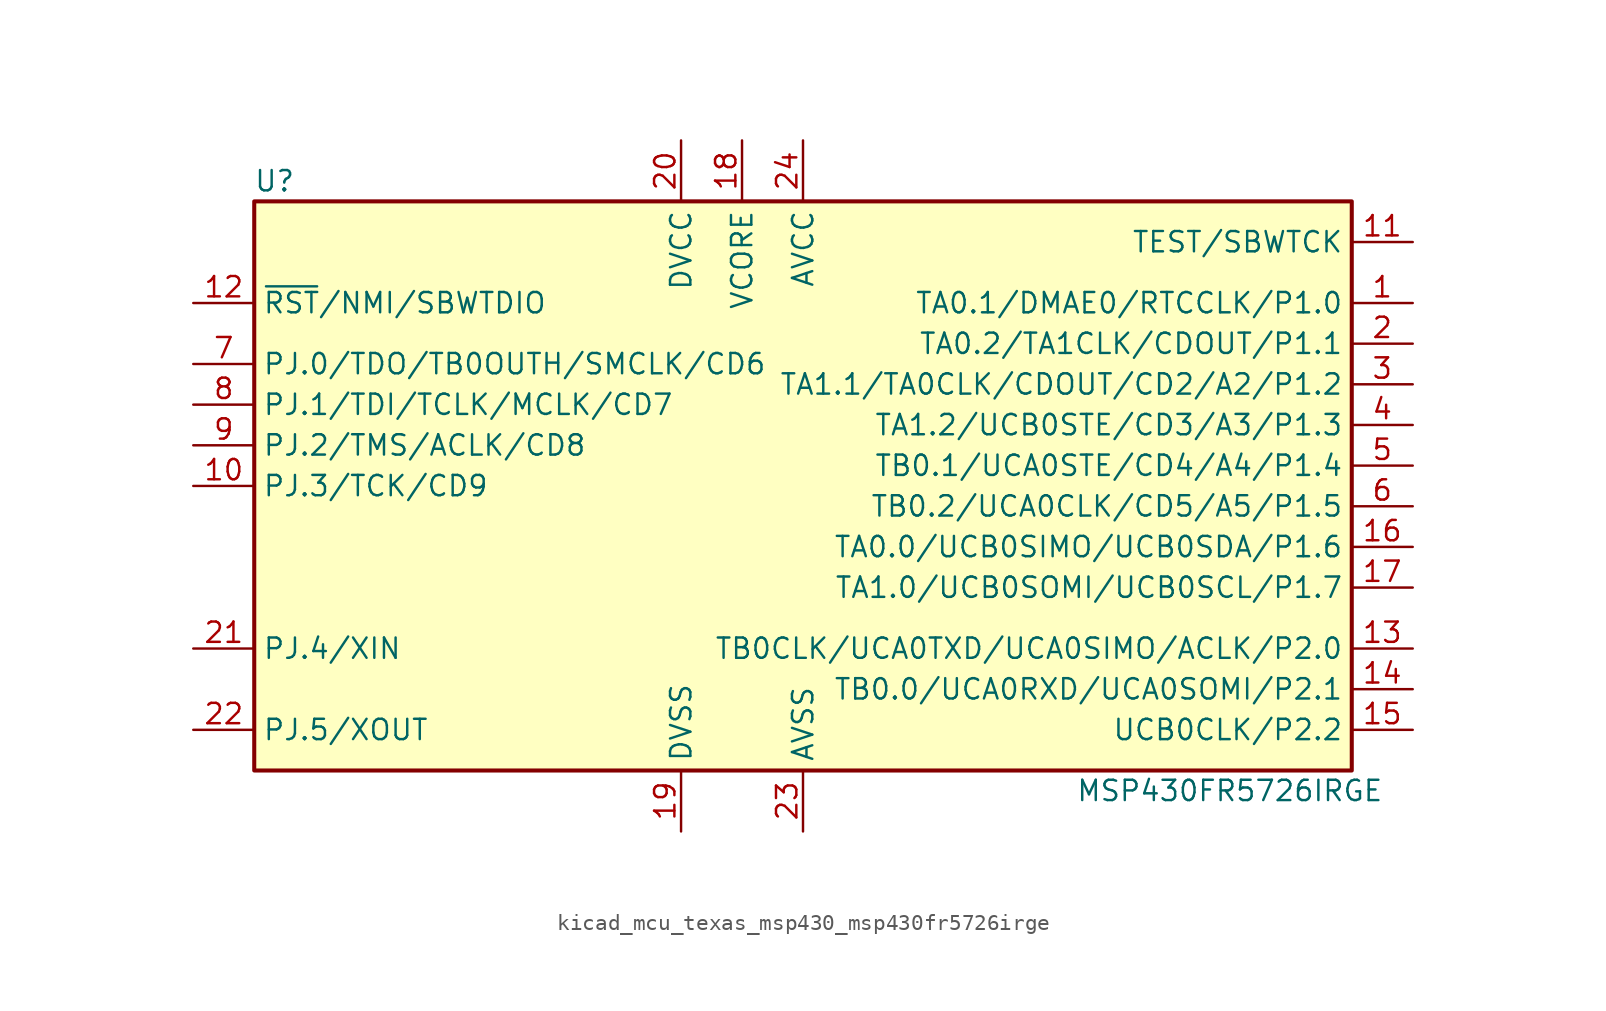
<source format=kicad_sym>
(kicad_symbol_lib
  (version 20220914)
  (generator kicad_symbol_editor)
  (symbol "kicad_mcu_texas_msp430_msp430fr5726irge"
    (property "Reference" "U"
      (at -33.02 19.05 0)
      (effects (font (size 1.27 1.27))))
    (property "Value" "MSP430FR5726IRGE"
      (at 26.67 -19.05 0)
      (effects (font (size 1.27 1.27))))
    (symbol "kicad_mcu_texas_msp430_msp430fr5726irge_0_1"
      (rectangle (start -34.29 17.78) (end 34.29 -17.78) (stroke (width 0.254) (type default)) (fill (type background))))
    (symbol "kicad_mcu_texas_msp430_msp430fr5726irge_1_1"
      (pin bidirectional line (at 38.1 11.43 180) (length 3.81) (name "TA0.1/DMAE0/RTCCLK/P1.0" (effects (font (size 1.27 1.27)))) (number "1" (effects (font (size 1.27 1.27)))))
      (pin bidirectional line (at -38.1 0 0) (length 3.81) (name "PJ.3/TCK/CD9" (effects (font (size 1.27 1.27)))) (number "10" (effects (font (size 1.27 1.27)))))
      (pin input line (at 38.1 15.24 180) (length 3.81) (name "TEST/SBWTCK" (effects (font (size 1.27 1.27)))) (number "11" (effects (font (size 1.27 1.27)))))
      (pin input line (at -38.1 11.43 0) (length 3.81) (name "~{RST}/NMI/SBWTDIO" (effects (font (size 1.27 1.27)))) (number "12" (effects (font (size 1.27 1.27)))))
      (pin input line (at 38.1 -10.16 180) (length 3.81) (name "TB0CLK/UCA0TXD/UCA0SIMO/ACLK/P2.0" (effects (font (size 1.27 1.27)))) (number "13" (effects (font (size 1.27 1.27)))))
      (pin input line (at 38.1 -12.7 180) (length 3.81) (name "TB0.0/UCA0RXD/UCA0SOMI/P2.1" (effects (font (size 1.27 1.27)))) (number "14" (effects (font (size 1.27 1.27)))))
      (pin input line (at 38.1 -15.24 180) (length 3.81) (name "UCB0CLK/P2.2" (effects (font (size 1.27 1.27)))) (number "15" (effects (font (size 1.27 1.27)))))
      (pin input line (at 38.1 -3.81 180) (length 3.81) (name "TA0.0/UCB0SIMO/UCB0SDA/P1.6" (effects (font (size 1.27 1.27)))) (number "16" (effects (font (size 1.27 1.27)))))
      (pin input line (at 38.1 -6.35 180) (length 3.81) (name "TA1.0/UCB0SOMI/UCB0SCL/P1.7" (effects (font (size 1.27 1.27)))) (number "17" (effects (font (size 1.27 1.27)))))
      (pin input line (at -3.81 21.59 270) (length 3.81) (name "VCORE" (effects (font (size 1.27 1.27)))) (number "18" (effects (font (size 1.27 1.27)))))
      (pin power_in line (at -7.62 -21.59 90) (length 3.81) (name "DVSS" (effects (font (size 1.27 1.27)))) (number "19" (effects (font (size 1.27 1.27)))))
      (pin bidirectional line (at 38.1 8.89 180) (length 3.81) (name "TA0.2/TA1CLK/CDOUT/P1.1" (effects (font (size 1.27 1.27)))) (number "2" (effects (font (size 1.27 1.27)))))
      (pin power_in line (at -7.62 21.59 270) (length 3.81) (name "DVCC" (effects (font (size 1.27 1.27)))) (number "20" (effects (font (size 1.27 1.27)))))
      (pin input line (at -38.1 -10.16 0) (length 3.81) (name "PJ.4/XIN" (effects (font (size 1.27 1.27)))) (number "21" (effects (font (size 1.27 1.27)))))
      (pin input line (at -38.1 -15.24 0) (length 3.81) (name "PJ.5/XOUT" (effects (font (size 1.27 1.27)))) (number "22" (effects (font (size 1.27 1.27)))))
      (pin power_in line (at 0 -21.59 90) (length 3.81) (name "AVSS" (effects (font (size 1.27 1.27)))) (number "23" (effects (font (size 1.27 1.27)))))
      (pin power_in line (at 0 21.59 270) (length 3.81) (name "AVCC" (effects (font (size 1.27 1.27)))) (number "24" (effects (font (size 1.27 1.27)))))
      (pin bidirectional line (at 38.1 6.35 180) (length 3.81) (name "TA1.1/TA0CLK/CDOUT/CD2/A2/P1.2" (effects (font (size 1.27 1.27)))) (number "3" (effects (font (size 1.27 1.27)))))
      (pin bidirectional line (at 38.1 3.81 180) (length 3.81) (name "TA1.2/UCB0STE/CD3/A3/P1.3" (effects (font (size 1.27 1.27)))) (number "4" (effects (font (size 1.27 1.27)))))
      (pin bidirectional line (at 38.1 1.27 180) (length 3.81) (name "TB0.1/UCA0STE/CD4/A4/P1.4" (effects (font (size 1.27 1.27)))) (number "5" (effects (font (size 1.27 1.27)))))
      (pin bidirectional line (at 38.1 -1.27 180) (length 3.81) (name "TB0.2/UCA0CLK/CD5/A5/P1.5" (effects (font (size 1.27 1.27)))) (number "6" (effects (font (size 1.27 1.27)))))
      (pin bidirectional line (at -38.1 7.62 0) (length 3.81) (name "PJ.0/TDO/TB0OUTH/SMCLK/CD6" (effects (font (size 1.27 1.27)))) (number "7" (effects (font (size 1.27 1.27)))))
      (pin bidirectional line (at -38.1 5.08 0) (length 3.81) (name "PJ.1/TDI/TCLK/MCLK/CD7" (effects (font (size 1.27 1.27)))) (number "8" (effects (font (size 1.27 1.27)))))
      (pin bidirectional line (at -38.1 2.54 0) (length 3.81) (name "PJ.2/TMS/ACLK/CD8" (effects (font (size 1.27 1.27)))) (number "9" (effects (font (size 1.27 1.27))))))))
</source>
